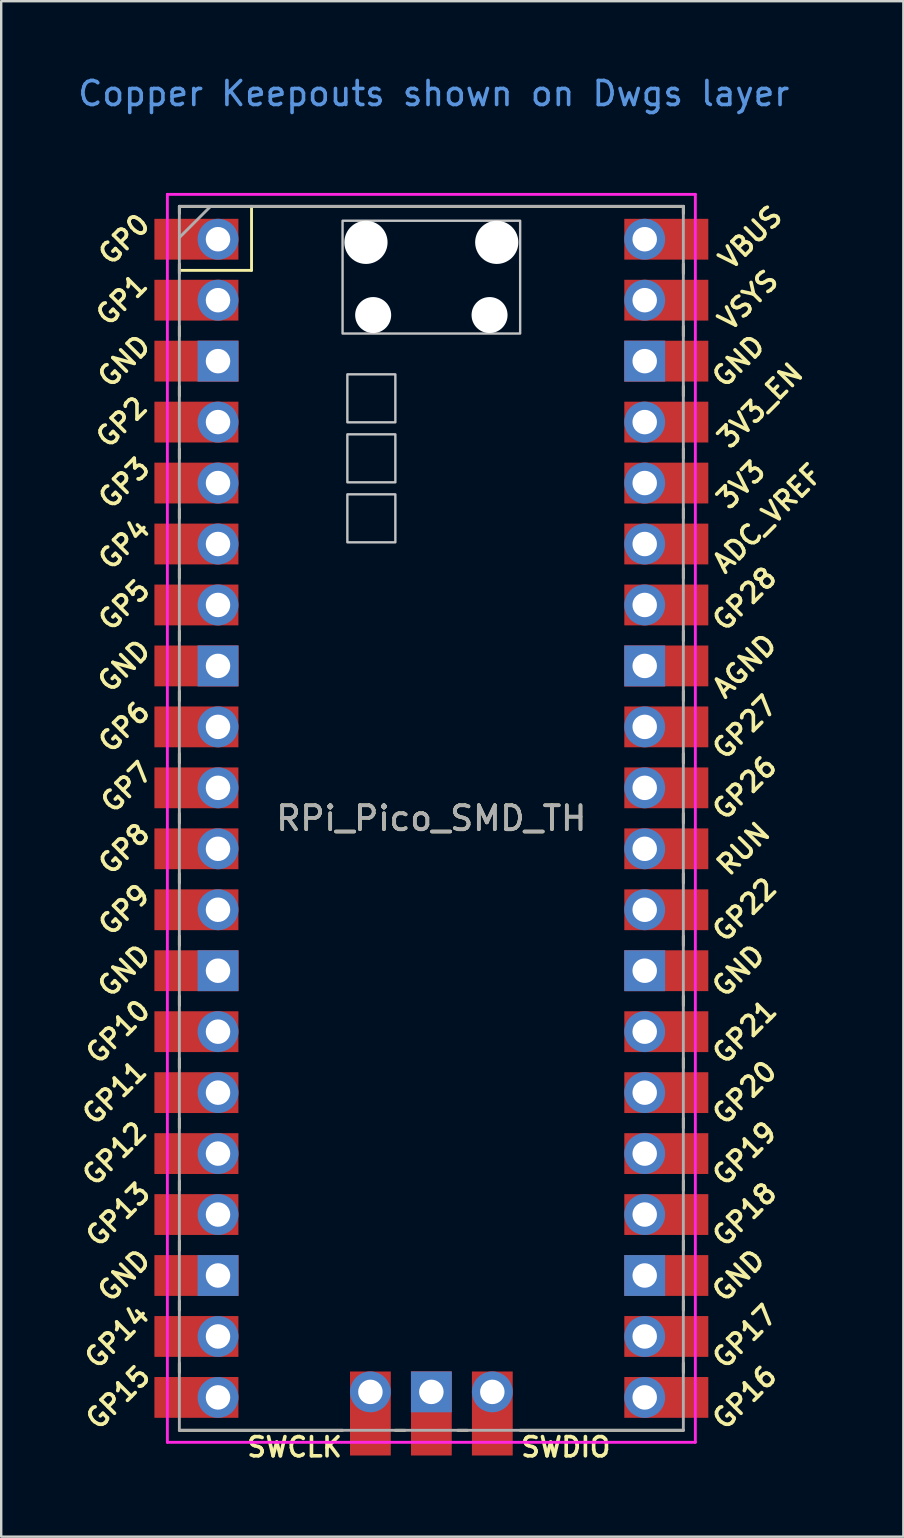
<source format=kicad_pcb>
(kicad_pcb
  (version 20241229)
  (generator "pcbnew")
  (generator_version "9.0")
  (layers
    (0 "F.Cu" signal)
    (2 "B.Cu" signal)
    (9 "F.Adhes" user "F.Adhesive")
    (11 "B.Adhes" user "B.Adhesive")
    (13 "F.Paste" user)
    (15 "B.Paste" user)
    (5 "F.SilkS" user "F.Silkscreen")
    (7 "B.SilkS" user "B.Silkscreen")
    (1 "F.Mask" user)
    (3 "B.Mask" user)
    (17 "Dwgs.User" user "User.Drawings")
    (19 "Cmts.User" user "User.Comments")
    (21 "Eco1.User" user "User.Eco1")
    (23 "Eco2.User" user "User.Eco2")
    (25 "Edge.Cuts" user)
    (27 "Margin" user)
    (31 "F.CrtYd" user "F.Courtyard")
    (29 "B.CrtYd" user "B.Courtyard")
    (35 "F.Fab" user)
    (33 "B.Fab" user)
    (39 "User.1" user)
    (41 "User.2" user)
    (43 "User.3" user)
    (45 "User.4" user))
  (footprint "RPi_Pico_SMD_TH"
    (layer "F.Cu")
    (at 14.924 31.048)
    (property "Reference" "RPi_Pico_SMD_TH" (at 0 0 0) (layer "F.SilkS") (effects (font (size 1 1) (thickness 0.15))))
    (attr through_hole)
    (fp_line (start -10.5 -25.5) (end -10.5 -25.2) (stroke (width 0.12) (type solid)) (layer "F.SilkS"))
    (fp_line (start -10.5 -25.5) (end 10.5 -25.5) (stroke (width 0.12) (type solid)) (layer "F.SilkS"))
    (fp_line (start -10.5 -23.1) (end -10.5 -22.7) (stroke (width 0.12) (type solid)) (layer "F.SilkS"))
    (fp_line (start -10.5 -22.833) (end -7.493 -22.833) (stroke (width 0.12) (type solid)) (layer "F.SilkS"))
    (fp_line (start -10.5 -20.5) (end -10.5 -20.1) (stroke (width 0.12) (type solid)) (layer "F.SilkS"))
    (fp_line (start -10.5 -18) (end -10.5 -17.6) (stroke (width 0.12) (type solid)) (layer "F.SilkS"))
    (fp_line (start -10.5 -15.4) (end -10.5 -15) (stroke (width 0.12) (type solid)) (layer "F.SilkS"))
    (fp_line (start -10.5 -12.9) (end -10.5 -12.5) (stroke (width 0.12) (type solid)) (layer "F.SilkS"))
    (fp_line (start -10.5 -10.4) (end -10.5 -10) (stroke (width 0.12) (type solid)) (layer "F.SilkS"))
    (fp_line (start -10.5 -7.8) (end -10.5 -7.4) (stroke (width 0.12) (type solid)) (layer "F.SilkS"))
    (fp_line (start -10.5 -5.3) (end -10.5 -4.9) (stroke (width 0.12) (type solid)) (layer "F.SilkS"))
    (fp_line (start -10.5 -2.7) (end -10.5 -2.3) (stroke (width 0.12) (type solid)) (layer "F.SilkS"))
    (fp_line (start -10.5 -0.2) (end -10.5 0.2) (stroke (width 0.12) (type solid)) (layer "F.SilkS"))
    (fp_line (start -10.5 2.3) (end -10.5 2.7) (stroke (width 0.12) (type solid)) (layer "F.SilkS"))
    (fp_line (start -10.5 4.9) (end -10.5 5.3) (stroke (width 0.12) (type solid)) (layer "F.SilkS"))
    (fp_line (start -10.5 7.4) (end -10.5 7.8) (stroke (width 0.12) (type solid)) (layer "F.SilkS"))
    (fp_line (start -10.5 10) (end -10.5 10.4) (stroke (width 0.12) (type solid)) (layer "F.SilkS"))
    (fp_line (start -10.5 12.5) (end -10.5 12.9) (stroke (width 0.12) (type solid)) (layer "F.SilkS"))
    (fp_line (start -10.5 15.1) (end -10.5 15.5) (stroke (width 0.12) (type solid)) (layer "F.SilkS"))
    (fp_line (start -10.5 17.6) (end -10.5 18) (stroke (width 0.12) (type solid)) (layer "F.SilkS"))
    (fp_line (start -10.5 20.1) (end -10.5 20.5) (stroke (width 0.12) (type solid)) (layer "F.SilkS"))
    (fp_line (start -10.5 22.7) (end -10.5 23.1) (stroke (width 0.12) (type solid)) (layer "F.SilkS"))
    (fp_line (start -7.493 -22.833) (end -7.493 -25.5) (stroke (width 0.12) (type solid)) (layer "F.SilkS"))
    (fp_line (start -3.7 25.5) (end -10.5 25.5) (stroke (width 0.12) (type solid)) (layer "F.SilkS"))
    (fp_line (start -1.5 25.5) (end -1.1 25.5) (stroke (width 0.12) (type solid)) (layer "F.SilkS"))
    (fp_line (start 1.1 25.5) (end 1.5 25.5) (stroke (width 0.12) (type solid)) (layer "F.SilkS"))
    (fp_line (start 10.5 -25.5) (end 10.5 -25.2) (stroke (width 0.12) (type solid)) (layer "F.SilkS"))
    (fp_line (start 10.5 -23.1) (end 10.5 -22.7) (stroke (width 0.12) (type solid)) (layer "F.SilkS"))
    (fp_line (start 10.5 -20.5) (end 10.5 -20.1) (stroke (width 0.12) (type solid)) (layer "F.SilkS"))
    (fp_line (start 10.5 -18) (end 10.5 -17.6) (stroke (width 0.12) (type solid)) (layer "F.SilkS"))
    (fp_line (start 10.5 -15.4) (end 10.5 -15) (stroke (width 0.12) (type solid)) (layer "F.SilkS"))
    (fp_line (start 10.5 -12.9) (end 10.5 -12.5) (stroke (width 0.12) (type solid)) (layer "F.SilkS"))
    (fp_line (start 10.5 -10.4) (end 10.5 -10) (stroke (width 0.12) (type solid)) (layer "F.SilkS"))
    (fp_line (start 10.5 -7.8) (end 10.5 -7.4) (stroke (width 0.12) (type solid)) (layer "F.SilkS"))
    (fp_line (start 10.5 -5.3) (end 10.5 -4.9) (stroke (width 0.12) (type solid)) (layer "F.SilkS"))
    (fp_line (start 10.5 -2.7) (end 10.5 -2.3) (stroke (width 0.12) (type solid)) (layer "F.SilkS"))
    (fp_line (start 10.5 -0.2) (end 10.5 0.2) (stroke (width 0.12) (type solid)) (layer "F.SilkS"))
    (fp_line (start 10.5 2.3) (end 10.5 2.7) (stroke (width 0.12) (type solid)) (layer "F.SilkS"))
    (fp_line (start 10.5 4.9) (end 10.5 5.3) (stroke (width 0.12) (type solid)) (layer "F.SilkS"))
    (fp_line (start 10.5 7.4) (end 10.5 7.8) (stroke (width 0.12) (type solid)) (layer "F.SilkS"))
    (fp_line (start 10.5 10) (end 10.5 10.4) (stroke (width 0.12) (type solid)) (layer "F.SilkS"))
    (fp_line (start 10.5 12.5) (end 10.5 12.9) (stroke (width 0.12) (type solid)) (layer "F.SilkS"))
    (fp_line (start 10.5 15.1) (end 10.5 15.5) (stroke (width 0.12) (type solid)) (layer "F.SilkS"))
    (fp_line (start 10.5 17.6) (end 10.5 18) (stroke (width 0.12) (type solid)) (layer "F.SilkS"))
    (fp_line (start 10.5 20.1) (end 10.5 20.5) (stroke (width 0.12) (type solid)) (layer "F.SilkS"))
    (fp_line (start 10.5 22.7) (end 10.5 23.1) (stroke (width 0.12) (type solid)) (layer "F.SilkS"))
    (fp_line (start 10.5 25.5) (end 3.7 25.5) (stroke (width 0.12) (type solid)) (layer "F.SilkS"))
    (fp_poly (pts (xy -1.5 -16.5) (xy -3.5 -16.5) (xy -3.5 -18.5) (xy -1.5 -18.5)) (stroke (width 0.1) (type solid)) (fill no) (layer "Dwgs.User"))
    (fp_poly (pts (xy -1.5 -14) (xy -3.5 -14) (xy -3.5 -16) (xy -1.5 -16)) (stroke (width 0.1) (type solid)) (fill no) (layer "Dwgs.User"))
    (fp_poly (pts (xy -1.5 -11.5) (xy -3.5 -11.5) (xy -3.5 -13.5) (xy -1.5 -13.5)) (stroke (width 0.1) (type solid)) (fill no) (layer "Dwgs.User"))
    (fp_poly (pts (xy 3.7 -20.2) (xy -3.7 -20.2) (xy -3.7 -24.9) (xy 3.7 -24.9)) (stroke (width 0.1) (type solid)) (fill no) (layer "Dwgs.User"))
    (fp_line (start -11 -26) (end 11 -26) (stroke (width 0.12) (type solid)) (layer "F.CrtYd"))
    (fp_line (start -11 26) (end -11 -26) (stroke (width 0.12) (type solid)) (layer "F.CrtYd"))
    (fp_line (start 11 -26) (end 11 26) (stroke (width 0.12) (type solid)) (layer "F.CrtYd"))
    (fp_line (start 11 26) (end -11 26) (stroke (width 0.12) (type solid)) (layer "F.CrtYd"))
    (fp_line (start -10.5 -25.5) (end 10.5 -25.5) (stroke (width 0.12) (type solid)) (layer "F.Fab"))
    (fp_line (start -10.5 -24.2) (end -9.2 -25.5) (stroke (width 0.12) (type solid)) (layer "F.Fab"))
    (fp_line (start -10.5 25.5) (end -10.5 -25.5) (stroke (width 0.12) (type solid)) (layer "F.Fab"))
    (fp_line (start 10.5 -25.5) (end 10.5 25.5) (stroke (width 0.12) (type solid)) (layer "F.Fab"))
    (fp_line (start 10.5 25.5) (end -10.5 25.5) (stroke (width 0.12) (type solid)) (layer "F.Fab"))
    (fp_text user "GND" (at -12.8 -19.05 45) (layer "F.SilkS") (effects (font (size 0.8 0.8) (thickness 0.15))))
    (fp_text user "3V3_EN" (at 13.7 -17.2 45) (layer "F.SilkS") (effects (font (size 0.8 0.8) (thickness 0.15))))
    (fp_text user "GP13" (at -13.054 16.51 45) (layer "F.SilkS") (effects (font (size 0.8 0.8) (thickness 0.15))))
    (fp_text user "VBUS" (at 13.3 -24.2 45) (layer "F.SilkS") (effects (font (size 0.8 0.8) (thickness 0.15))))
    (fp_text user "RUN" (at 13 1.27 45) (layer "F.SilkS") (effects (font (size 0.8 0.8) (thickness 0.15))))
    (fp_text user "GP2" (at -12.9 -16.51 45) (layer "F.SilkS") (effects (font (size 0.8 0.8) (thickness 0.15))))
    (fp_text user "GP7" (at -12.7 -1.3 45) (layer "F.SilkS") (effects (font (size 0.8 0.8) (thickness 0.15))))
    (fp_text user "VSYS" (at 13.2 -21.59 45) (layer "F.SilkS") (effects (font (size 0.8 0.8) (thickness 0.15))))
    (fp_text user "GP8" (at -12.8 1.27 45) (layer "F.SilkS") (effects (font (size 0.8 0.8) (thickness 0.15))))
    (fp_text user "GP11" (at -13.2 11.43 45) (layer "F.SilkS") (effects (font (size 0.8 0.8) (thickness 0.15))))
    (fp_text user "GP6" (at -12.8 -3.81 45) (layer "F.SilkS") (effects (font (size 0.8 0.8) (thickness 0.15))))
    (fp_text user "GP0" (at -12.8 -24.13 45) (layer "F.SilkS") (effects (font (size 0.8 0.8) (thickness 0.15))))
    (fp_text user "GND" (at -12.8 -6.35 45) (layer "F.SilkS") (effects (font (size 0.8 0.8) (thickness 0.15))))
    (fp_text user "SWCLK" (at -5.7 26.2 0) (layer "F.SilkS") (effects (font (size 0.8 0.8) (thickness 0.15))))
    (fp_text user "GP28" (at 13.054 -9.144 45) (layer "F.SilkS") (effects (font (size 0.8 0.8) (thickness 0.15))))
    (fp_text user "GND" (at 12.8 -19.05 45) (layer "F.SilkS") (effects (font (size 0.8 0.8) (thickness 0.15))))
    (fp_text user "GP26" (at 13.054 -1.27 45) (layer "F.SilkS") (effects (font (size 0.8 0.8) (thickness 0.15))))
    (fp_text user "GND" (at -12.8 19.05 45) (layer "F.SilkS") (effects (font (size 0.8 0.8) (thickness 0.15))))
    (fp_text user "GP4" (at -12.8 -11.43 45) (layer "F.SilkS") (effects (font (size 0.8 0.8) (thickness 0.15))))
    (fp_text user "SWDIO" (at 5.6 26.2 0) (layer "F.SilkS") (effects (font (size 0.8 0.8) (thickness 0.15))))
    (fp_text user "GP18" (at 13.054 16.51 45) (layer "F.SilkS") (effects (font (size 0.8 0.8) (thickness 0.15))))
    (fp_text user "GP20" (at 13.054 11.43 45) (layer "F.SilkS") (effects (font (size 0.8 0.8) (thickness 0.15))))
    (fp_text user "GP27" (at 13.054 -3.8 45) (layer "F.SilkS") (effects (font (size 0.8 0.8) (thickness 0.15))))
    (fp_text user "GP22" (at 13.054 3.81 45) (layer "F.SilkS") (effects (font (size 0.8 0.8) (thickness 0.15))))
    (fp_text user "GP5" (at -12.8 -8.89 45) (layer "F.SilkS") (effects (font (size 0.8 0.8) (thickness 0.15))))
    (fp_text user "GP3" (at -12.8 -13.97 45) (layer "F.SilkS") (effects (font (size 0.8 0.8) (thickness 0.15))))
    (fp_text user "GND" (at 12.8 6.35 45) (layer "F.SilkS") (effects (font (size 0.8 0.8) (thickness 0.15))))
    (fp_text user "GP21" (at 13.054 8.9 45) (layer "F.SilkS") (effects (font (size 0.8 0.8) (thickness 0.15))))
    (fp_text user "3V3" (at 12.9 -13.9 45) (layer "F.SilkS") (effects (font (size 0.8 0.8) (thickness 0.15))))
    (fp_text user "ADC_VREF" (at 14 -12.5 45) (layer "F.SilkS") (effects (font (size 0.8 0.8) (thickness 0.15))))
    (fp_text user "GP16" (at 13.054 24.13 45) (layer "F.SilkS") (effects (font (size 0.8 0.8) (thickness 0.15))))
    (fp_text user "GND" (at 12.8 19.05 45) (layer "F.SilkS") (effects (font (size 0.8 0.8) (thickness 0.15))))
    (fp_text user "GP12" (at -13.2 13.97 45) (layer "F.SilkS") (effects (font (size 0.8 0.8) (thickness 0.15))))
    (fp_text user "AGND" (at 13.054 -6.35 45) (layer "F.SilkS") (effects (font (size 0.8 0.8) (thickness 0.15))))
    (fp_text user "GP14" (at -13.1 21.59 45) (layer "F.SilkS") (effects (font (size 0.8 0.8) (thickness 0.15))))
    (fp_text user "GP19" (at 13.054 13.97 45) (layer "F.SilkS") (effects (font (size 0.8 0.8) (thickness 0.15))))
    (fp_text user "GP17" (at 13.054 21.59 45) (layer "F.SilkS") (effects (font (size 0.8 0.8) (thickness 0.15))))
    (fp_text user "GP1" (at -12.9 -21.6 45) (layer "F.SilkS") (effects (font (size 0.8 0.8) (thickness 0.15))))
    (fp_text user "GND" (at -12.8 6.35 45) (layer "F.SilkS") (effects (font (size 0.8 0.8) (thickness 0.15))))
    (fp_text user "GP15" (at -13.054 24.13 45) (layer "F.SilkS") (effects (font (size 0.8 0.8) (thickness 0.15))))
    (fp_text user "GP10" (at -13.054 8.89 45) (layer "F.SilkS") (effects (font (size 0.8 0.8) (thickness 0.15))))
    (fp_text user "GP9" (at -12.8 3.81 45) (layer "F.SilkS") (effects (font (size 0.8 0.8) (thickness 0.15))))
    (fp_text user "Copper Keepouts shown on Dwgs layer" (at 0.1 -30.2 0) (layer "Cmts.User") (effects (font (size 1 1) (thickness 0.15))))
    (fp_text user "${REFERENCE}" (at 0 0 180) (layer "F.Fab") (effects (font (size 1 1) (thickness 0.15))))
    (pad "" np_thru_hole oval (at -2.725 -24) (size 1.8 1.8) (drill 1.8) (layers "*.Cu" "*.Mask"))
    (pad "" np_thru_hole oval (at -2.425 -20.97) (size 1.5 1.5) (drill 1.5) (layers "*.Cu" "*.Mask"))
    (pad "" np_thru_hole oval (at 2.425 -20.97) (size 1.5 1.5) (drill 1.5) (layers "*.Cu" "*.Mask"))
    (pad "" np_thru_hole oval (at 2.725 -24) (size 1.8 1.8) (drill 1.8) (layers "*.Cu" "*.Mask"))
    (pad "1" thru_hole oval (at -8.89 -24.13) (size 1.7 1.7) (drill 1.02) (layers "*.Cu" "*.Mask"))
    (pad "1" smd rect (at -8.89 -24.13) (size 3.5 1.7) (drill (offset -0.9 0)) (layers "F.Cu" "F.Mask" "F.Paste"))
    (pad "2" thru_hole oval (at -8.89 -21.59) (size 1.7 1.7) (drill 1.02) (layers "*.Cu" "*.Mask"))
    (pad "2" smd rect (at -8.89 -21.59) (size 3.5 1.7) (drill (offset -0.9 0)) (layers "F.Cu" "F.Mask" "F.Paste"))
    (pad "3" thru_hole rect (at -8.89 -19.05) (size 1.7 1.7) (drill 1.02) (layers "*.Cu" "*.Mask"))
    (pad "3" smd rect (at -8.89 -19.05) (size 3.5 1.7) (drill (offset -0.9 0)) (layers "F.Cu" "F.Mask" "F.Paste"))
    (pad "4" thru_hole oval (at -8.89 -16.51) (size 1.7 1.7) (drill 1.02) (layers "*.Cu" "*.Mask"))
    (pad "4" smd rect (at -8.89 -16.51) (size 3.5 1.7) (drill (offset -0.9 0)) (layers "F.Cu" "F.Mask" "F.Paste"))
    (pad "5" thru_hole oval (at -8.89 -13.97) (size 1.7 1.7) (drill 1.02) (layers "*.Cu" "*.Mask"))
    (pad "5" smd rect (at -8.89 -13.97) (size 3.5 1.7) (drill (offset -0.9 0)) (layers "F.Cu" "F.Mask" "F.Paste"))
    (pad "6" thru_hole oval (at -8.89 -11.43) (size 1.7 1.7) (drill 1.02) (layers "*.Cu" "*.Mask"))
    (pad "6" smd rect (at -8.89 -11.43) (size 3.5 1.7) (drill (offset -0.9 0)) (layers "F.Cu" "F.Mask" "F.Paste"))
    (pad "7" thru_hole oval (at -8.89 -8.89) (size 1.7 1.7) (drill 1.02) (layers "*.Cu" "*.Mask"))
    (pad "7" smd rect (at -8.89 -8.89) (size 3.5 1.7) (drill (offset -0.9 0)) (layers "F.Cu" "F.Mask" "F.Paste"))
    (pad "8" thru_hole rect (at -8.89 -6.35) (size 1.7 1.7) (drill 1.02) (layers "*.Cu" "*.Mask"))
    (pad "8" smd rect (at -8.89 -6.35) (size 3.5 1.7) (drill (offset -0.9 0)) (layers "F.Cu" "F.Mask" "F.Paste"))
    (pad "9" thru_hole oval (at -8.89 -3.81) (size 1.7 1.7) (drill 1.02) (layers "*.Cu" "*.Mask"))
    (pad "9" smd rect (at -8.89 -3.81) (size 3.5 1.7) (drill (offset -0.9 0)) (layers "F.Cu" "F.Mask" "F.Paste"))
    (pad "10" thru_hole oval (at -8.89 -1.27) (size 1.7 1.7) (drill 1.02) (layers "*.Cu" "*.Mask"))
    (pad "10" smd rect (at -8.89 -1.27) (size 3.5 1.7) (drill (offset -0.9 0)) (layers "F.Cu" "F.Mask" "F.Paste"))
    (pad "11" thru_hole oval (at -8.89 1.27) (size 1.7 1.7) (drill 1.02) (layers "*.Cu" "*.Mask"))
    (pad "11" smd rect (at -8.89 1.27) (size 3.5 1.7) (drill (offset -0.9 0)) (layers "F.Cu" "F.Mask" "F.Paste"))
    (pad "12" thru_hole oval (at -8.89 3.81) (size 1.7 1.7) (drill 1.02) (layers "*.Cu" "*.Mask"))
    (pad "12" smd rect (at -8.89 3.81) (size 3.5 1.7) (drill (offset -0.9 0)) (layers "F.Cu" "F.Mask" "F.Paste"))
    (pad "13" thru_hole rect (at -8.89 6.35) (size 1.7 1.7) (drill 1.02) (layers "*.Cu" "*.Mask"))
    (pad "13" smd rect (at -8.89 6.35) (size 3.5 1.7) (drill (offset -0.9 0)) (layers "F.Cu" "F.Mask" "F.Paste"))
    (pad "14" thru_hole oval (at -8.89 8.89) (size 1.7 1.7) (drill 1.02) (layers "*.Cu" "*.Mask"))
    (pad "14" smd rect (at -8.89 8.89) (size 3.5 1.7) (drill (offset -0.9 0)) (layers "F.Cu" "F.Mask" "F.Paste"))
    (pad "15" thru_hole oval (at -8.89 11.43) (size 1.7 1.7) (drill 1.02) (layers "*.Cu" "*.Mask"))
    (pad "15" smd rect (at -8.89 11.43) (size 3.5 1.7) (drill (offset -0.9 0)) (layers "F.Cu" "F.Mask" "F.Paste"))
    (pad "16" thru_hole oval (at -8.89 13.97) (size 1.7 1.7) (drill 1.02) (layers "*.Cu" "*.Mask"))
    (pad "16" smd rect (at -8.89 13.97) (size 3.5 1.7) (drill (offset -0.9 0)) (layers "F.Cu" "F.Mask" "F.Paste"))
    (pad "17" thru_hole oval (at -8.89 16.51) (size 1.7 1.7) (drill 1.02) (layers "*.Cu" "*.Mask"))
    (pad "17" smd rect (at -8.89 16.51) (size 3.5 1.7) (drill (offset -0.9 0)) (layers "F.Cu" "F.Mask" "F.Paste"))
    (pad "18" thru_hole rect (at -8.89 19.05) (size 1.7 1.7) (drill 1.02) (layers "*.Cu" "*.Mask"))
    (pad "18" smd rect (at -8.89 19.05) (size 3.5 1.7) (drill (offset -0.9 0)) (layers "F.Cu" "F.Mask" "F.Paste"))
    (pad "19" thru_hole oval (at -8.89 21.59) (size 1.7 1.7) (drill 1.02) (layers "*.Cu" "*.Mask"))
    (pad "19" smd rect (at -8.89 21.59) (size 3.5 1.7) (drill (offset -0.9 0)) (layers "F.Cu" "F.Mask" "F.Paste"))
    (pad "20" thru_hole oval (at -8.89 24.13) (size 1.7 1.7) (drill 1.02) (layers "*.Cu" "*.Mask"))
    (pad "20" smd rect (at -8.89 24.13) (size 3.5 1.7) (drill (offset -0.9 0)) (layers "F.Cu" "F.Mask" "F.Paste"))
    (pad "21" thru_hole oval (at 8.89 24.13) (size 1.7 1.7) (drill 1.02) (layers "*.Cu" "*.Mask"))
    (pad "21" smd rect (at 8.89 24.13) (size 3.5 1.7) (drill (offset 0.9 0)) (layers "F.Cu" "F.Mask" "F.Paste"))
    (pad "22" thru_hole oval (at 8.89 21.59) (size 1.7 1.7) (drill 1.02) (layers "*.Cu" "*.Mask"))
    (pad "22" smd rect (at 8.89 21.59) (size 3.5 1.7) (drill (offset 0.9 0)) (layers "F.Cu" "F.Mask" "F.Paste"))
    (pad "23" thru_hole rect (at 8.89 19.05) (size 1.7 1.7) (drill 1.02) (layers "*.Cu" "*.Mask"))
    (pad "23" smd rect (at 8.89 19.05) (size 3.5 1.7) (drill (offset 0.9 0)) (layers "F.Cu" "F.Mask" "F.Paste"))
    (pad "24" thru_hole oval (at 8.89 16.51) (size 1.7 1.7) (drill 1.02) (layers "*.Cu" "*.Mask"))
    (pad "24" smd rect (at 8.89 16.51) (size 3.5 1.7) (drill (offset 0.9 0)) (layers "F.Cu" "F.Mask" "F.Paste"))
    (pad "25" thru_hole oval (at 8.89 13.97) (size 1.7 1.7) (drill 1.02) (layers "*.Cu" "*.Mask"))
    (pad "25" smd rect (at 8.89 13.97) (size 3.5 1.7) (drill (offset 0.9 0)) (layers "F.Cu" "F.Mask" "F.Paste"))
    (pad "26" thru_hole oval (at 8.89 11.43) (size 1.7 1.7) (drill 1.02) (layers "*.Cu" "*.Mask"))
    (pad "26" smd rect (at 8.89 11.43) (size 3.5 1.7) (drill (offset 0.9 0)) (layers "F.Cu" "F.Mask" "F.Paste"))
    (pad "27" thru_hole oval (at 8.89 8.89) (size 1.7 1.7) (drill 1.02) (layers "*.Cu" "*.Mask"))
    (pad "27" smd rect (at 8.89 8.89) (size 3.5 1.7) (drill (offset 0.9 0)) (layers "F.Cu" "F.Mask" "F.Paste"))
    (pad "28" thru_hole rect (at 8.89 6.35) (size 1.7 1.7) (drill 1.02) (layers "*.Cu" "*.Mask"))
    (pad "28" smd rect (at 8.89 6.35) (size 3.5 1.7) (drill (offset 0.9 0)) (layers "F.Cu" "F.Mask" "F.Paste"))
    (pad "29" thru_hole oval (at 8.89 3.81) (size 1.7 1.7) (drill 1.02) (layers "*.Cu" "*.Mask"))
    (pad "29" smd rect (at 8.89 3.81) (size 3.5 1.7) (drill (offset 0.9 0)) (layers "F.Cu" "F.Mask" "F.Paste"))
    (pad "30" thru_hole oval (at 8.89 1.27) (size 1.7 1.7) (drill 1.02) (layers "*.Cu" "*.Mask"))
    (pad "30" smd rect (at 8.89 1.27) (size 3.5 1.7) (drill (offset 0.9 0)) (layers "F.Cu" "F.Mask" "F.Paste"))
    (pad "31" thru_hole oval (at 8.89 -1.27) (size 1.7 1.7) (drill 1.02) (layers "*.Cu" "*.Mask"))
    (pad "31" smd rect (at 8.89 -1.27) (size 3.5 1.7) (drill (offset 0.9 0)) (layers "F.Cu" "F.Mask" "F.Paste"))
    (pad "32" thru_hole oval (at 8.89 -3.81) (size 1.7 1.7) (drill 1.02) (layers "*.Cu" "*.Mask"))
    (pad "32" smd rect (at 8.89 -3.81) (size 3.5 1.7) (drill (offset 0.9 0)) (layers "F.Cu" "F.Mask" "F.Paste"))
    (pad "33" thru_hole rect (at 8.89 -6.35) (size 1.7 1.7) (drill 1.02) (layers "*.Cu" "*.Mask"))
    (pad "33" smd rect (at 8.89 -6.35) (size 3.5 1.7) (drill (offset 0.9 0)) (layers "F.Cu" "F.Mask" "F.Paste"))
    (pad "34" thru_hole oval (at 8.89 -8.89) (size 1.7 1.7) (drill 1.02) (layers "*.Cu" "*.Mask"))
    (pad "34" smd rect (at 8.89 -8.89) (size 3.5 1.7) (drill (offset 0.9 0)) (layers "F.Cu" "F.Mask" "F.Paste"))
    (pad "35" thru_hole oval (at 8.89 -11.43) (size 1.7 1.7) (drill 1.02) (layers "*.Cu" "*.Mask"))
    (pad "35" smd rect (at 8.89 -11.43) (size 3.5 1.7) (drill (offset 0.9 0)) (layers "F.Cu" "F.Mask" "F.Paste"))
    (pad "36" thru_hole oval (at 8.89 -13.97) (size 1.7 1.7) (drill 1.02) (layers "*.Cu" "*.Mask"))
    (pad "36" smd rect (at 8.89 -13.97) (size 3.5 1.7) (drill (offset 0.9 0)) (layers "F.Cu" "F.Mask" "F.Paste"))
    (pad "37" thru_hole oval (at 8.89 -16.51) (size 1.7 1.7) (drill 1.02) (layers "*.Cu" "*.Mask"))
    (pad "37" smd rect (at 8.89 -16.51) (size 3.5 1.7) (drill (offset 0.9 0)) (layers "F.Cu" "F.Mask" "F.Paste"))
    (pad "38" thru_hole rect (at 8.89 -19.05) (size 1.7 1.7) (drill 1.02) (layers "*.Cu" "*.Mask"))
    (pad "38" smd rect (at 8.89 -19.05) (size 3.5 1.7) (drill (offset 0.9 0)) (layers "F.Cu" "F.Mask" "F.Paste"))
    (pad "39" thru_hole oval (at 8.89 -21.59) (size 1.7 1.7) (drill 1.02) (layers "*.Cu" "*.Mask"))
    (pad "39" smd rect (at 8.89 -21.59) (size 3.5 1.7) (drill (offset 0.9 0)) (layers "F.Cu" "F.Mask" "F.Paste"))
    (pad "40" thru_hole oval (at 8.89 -24.13) (size 1.7 1.7) (drill 1.02) (layers "*.Cu" "*.Mask"))
    (pad "40" smd rect (at 8.89 -24.13) (size 3.5 1.7) (drill (offset 0.9 0)) (layers "F.Cu" "F.Mask" "F.Paste"))
    (pad "41" thru_hole oval (at -2.54 23.9) (size 1.7 1.7) (drill 1.02) (layers "*.Cu" "*.Mask"))
    (pad "41" smd rect (at -2.54 23.9 90) (size 3.5 1.7) (drill (offset -0.9 0)) (layers "F.Cu" "F.Mask" "F.Paste"))
    (pad "42" thru_hole rect (at 0 23.9) (size 1.7 1.7) (drill 1.02) (layers "*.Cu" "*.Mask"))
    (pad "42" smd rect (at 0 23.9 90) (size 3.5 1.7) (drill (offset -0.9 0)) (layers "F.Cu" "F.Mask" "F.Paste"))
    (pad "43" thru_hole oval (at 2.54 23.9) (size 1.7 1.7) (drill 1.02) (layers "*.Cu" "*.Mask"))
    (pad "43" smd rect (at 2.54 23.9 90) (size 3.5 1.7) (drill (offset -0.9 0)) (layers "F.Cu" "F.Mask" "F.Paste")))
  (gr_rect
    (start -3 -3)
    (end 34.591 60.98)
    (stroke (width 0.1) (type default))
    (fill no)
    (layer "Edge.Cuts")))
</source>
